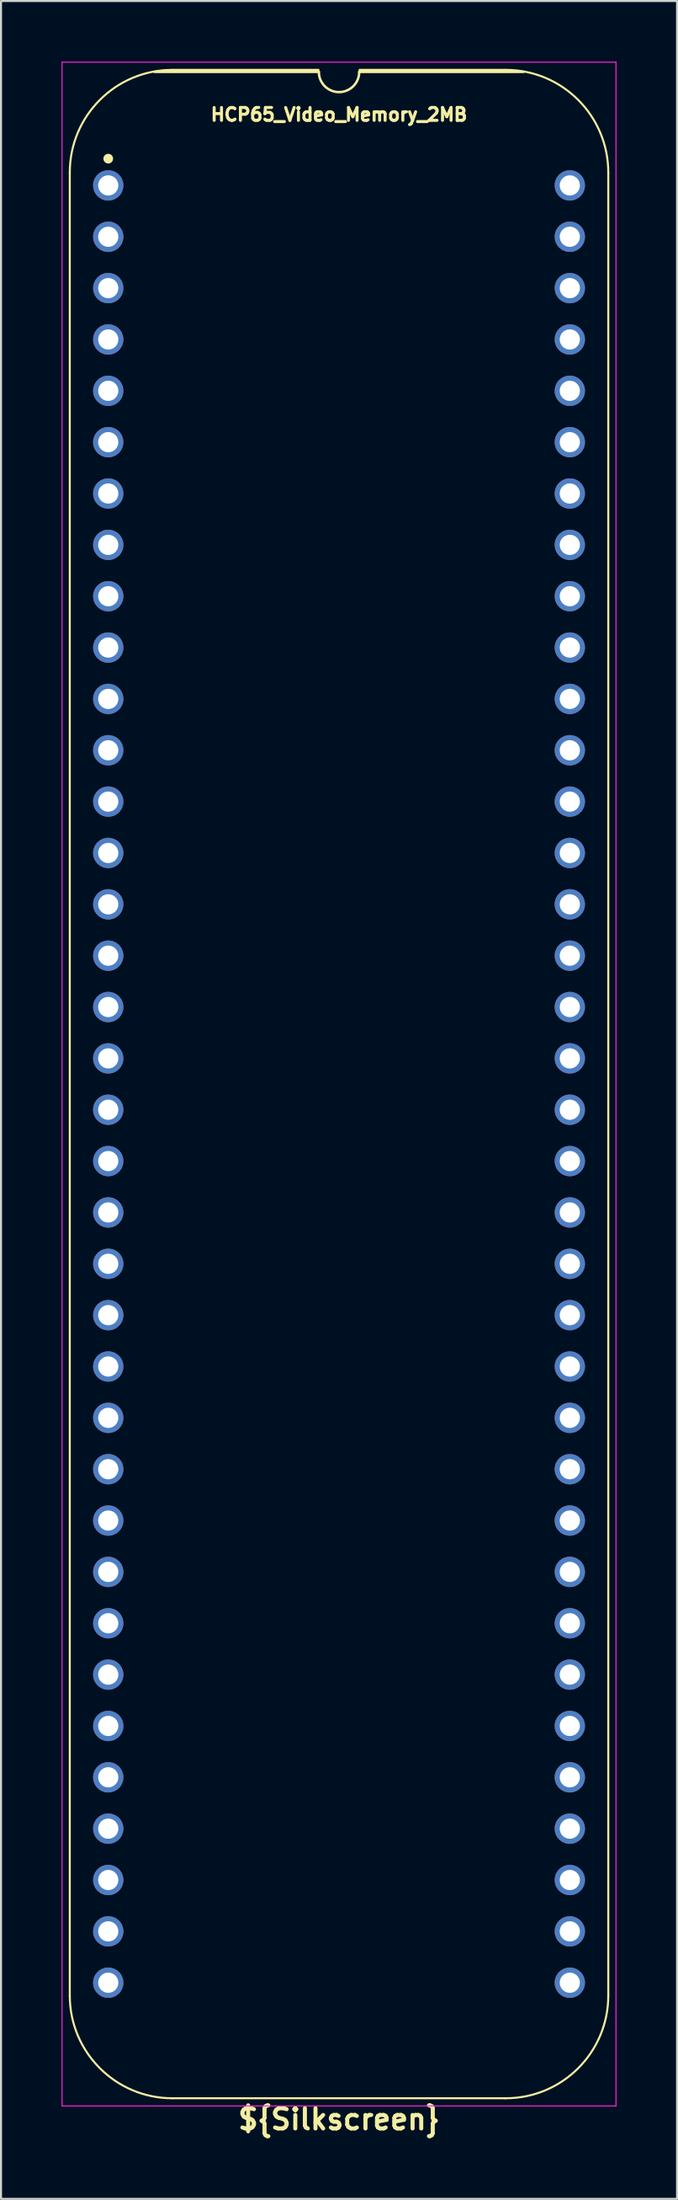
<source format=kicad_pcb>
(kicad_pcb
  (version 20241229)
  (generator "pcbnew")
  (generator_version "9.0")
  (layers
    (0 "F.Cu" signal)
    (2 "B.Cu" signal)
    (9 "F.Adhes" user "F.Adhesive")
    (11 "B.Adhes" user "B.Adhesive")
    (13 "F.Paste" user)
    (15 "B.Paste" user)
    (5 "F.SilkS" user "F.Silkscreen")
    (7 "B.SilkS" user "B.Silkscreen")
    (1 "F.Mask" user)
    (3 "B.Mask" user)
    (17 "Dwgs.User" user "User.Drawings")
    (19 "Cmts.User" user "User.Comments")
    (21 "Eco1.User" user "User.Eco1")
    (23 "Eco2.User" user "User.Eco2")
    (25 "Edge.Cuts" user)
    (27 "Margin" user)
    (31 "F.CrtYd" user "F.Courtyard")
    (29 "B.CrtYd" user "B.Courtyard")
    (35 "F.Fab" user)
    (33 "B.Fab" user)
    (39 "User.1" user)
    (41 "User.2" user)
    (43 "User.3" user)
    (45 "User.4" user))
  (footprint "HCP65_Video_Memory_2MB"
    (layer "F.Cu")
    (at 2.311 6.121)
    (property "Reference" "HCP65_Video_Memory_2MB" (at 11.43 -3.505 0) (layer "F.SilkS") (effects (font (size 0.635 0.635) (thickness 0.15))))
    (property "Silkscreen" "${Silkscreen}" (at 11.43 95.656 0) (layer "F.SilkS") (effects (font (size 1 1) (thickness 0.2))))
    (attr through_hole)
    (fp_line (start -1.905 -0.635) (end -1.905 89.535) (stroke (width 0.1) (type solid)) (layer "F.SilkS"))
    (fp_line (start 10.414 -5.715) (end 3.175 -5.715) (stroke (width 0.1) (type solid)) (layer "F.SilkS"))
    (fp_line (start 10.43 -5.616) (end 2.286 -5.616) (stroke (width 0.12) (type solid)) (layer "F.SilkS"))
    (fp_line (start 19.685 -5.715) (end 12.446 -5.715) (stroke (width 0.1) (type solid)) (layer "F.SilkS"))
    (fp_line (start 19.685 94.615) (end 3.175 94.615) (stroke (width 0.1) (type solid)) (layer "F.SilkS"))
    (fp_line (start 20.574 -5.616) (end 12.43 -5.616) (stroke (width 0.12) (type solid)) (layer "F.SilkS"))
    (fp_line (start 24.765 89.535) (end 24.765 -0.635) (stroke (width 0.1) (type solid)) (layer "F.SilkS"))
    (fp_arc (start -1.905 -0.635) (mid -0.417102 -4.227102) (end 3.175 -5.715) (stroke (width 0.1) (type solid)) (layer "F.SilkS"))
    (fp_arc (start 3.175 94.615) (mid -0.417102 93.127102) (end -1.905 89.535) (stroke (width 0.1) (type solid)) (layer "F.SilkS"))
    (fp_arc (start 12.43 -5.616) (mid 11.43 -4.616) (end 10.43 -5.616) (stroke (width 0.12) (type solid)) (layer "F.SilkS"))
    (fp_arc (start 19.685 -5.715) (mid 23.277102 -4.227102) (end 24.765 -0.635) (stroke (width 0.1) (type solid)) (layer "F.SilkS"))
    (fp_arc (start 24.765 89.535) (mid 23.277102 93.127102) (end 19.685 94.615) (stroke (width 0.1) (type solid)) (layer "F.SilkS"))
    (fp_circle (center 0 -1.323) (end 0.18 -1.323) (stroke (width 0.12) (type solid)) (fill yes) (layer "F.SilkS"))
    (fp_line (start -2.286 -6.096) (end -2.286 94.996) (stroke (width 0.05) (type solid)) (layer "F.CrtYd"))
    (fp_line (start -2.286 -6.096) (end 25.146 -6.096) (stroke (width 0.05) (type solid)) (layer "F.CrtYd"))
    (fp_line (start -2.286 94.996) (end 25.146 94.996) (stroke (width 0.05) (type solid)) (layer "F.CrtYd"))
    (fp_line (start 25.146 94.996) (end 25.146 -6.096) (stroke (width 0.05) (type solid)) (layer "F.CrtYd"))
    (pad "1" thru_hole circle (at 0 0) (size 1.5 1.5) (drill 1) (layers "*.Cu" "*.Mask"))
    (pad "2" thru_hole circle (at 0 2.54) (size 1.5 1.5) (drill 1) (layers "*.Cu" "*.Mask"))
    (pad "3" thru_hole circle (at 0 5.08) (size 1.5 1.5) (drill 1) (layers "*.Cu" "*.Mask"))
    (pad "4" thru_hole circle (at 0 7.62) (size 1.5 1.5) (drill 1) (layers "*.Cu" "*.Mask"))
    (pad "5" thru_hole circle (at 0 10.16) (size 1.5 1.5) (drill 1) (layers "*.Cu" "*.Mask"))
    (pad "6" thru_hole circle (at 0 12.7) (size 1.5 1.5) (drill 1) (layers "*.Cu" "*.Mask"))
    (pad "7" thru_hole circle (at 0 15.24) (size 1.5 1.5) (drill 1) (layers "*.Cu" "*.Mask"))
    (pad "8" thru_hole circle (at 0 17.78) (size 1.5 1.5) (drill 1) (layers "*.Cu" "*.Mask"))
    (pad "9" thru_hole circle (at 0 20.32) (size 1.5 1.5) (drill 1) (layers "*.Cu" "*.Mask"))
    (pad "10" thru_hole circle (at 0 22.86) (size 1.5 1.5) (drill 1) (layers "*.Cu" "*.Mask"))
    (pad "11" thru_hole circle (at 0 25.4) (size 1.5 1.5) (drill 1) (layers "*.Cu" "*.Mask"))
    (pad "12" thru_hole circle (at 0 27.94) (size 1.5 1.5) (drill 1) (layers "*.Cu" "*.Mask"))
    (pad "13" thru_hole circle (at 0 30.48) (size 1.5 1.5) (drill 1) (layers "*.Cu" "*.Mask"))
    (pad "14" thru_hole circle (at 0 33.02) (size 1.5 1.5) (drill 1) (layers "*.Cu" "*.Mask"))
    (pad "15" thru_hole circle (at 0 35.56) (size 1.5 1.5) (drill 1) (layers "*.Cu" "*.Mask"))
    (pad "16" thru_hole circle (at 0 38.1) (size 1.5 1.5) (drill 1) (layers "*.Cu" "*.Mask"))
    (pad "17" thru_hole circle (at 0 40.64) (size 1.5 1.5) (drill 1) (layers "*.Cu" "*.Mask"))
    (pad "18" thru_hole circle (at 0 43.18) (size 1.5 1.5) (drill 1) (layers "*.Cu" "*.Mask"))
    (pad "19" thru_hole circle (at 0 45.72) (size 1.5 1.5) (drill 1) (layers "*.Cu" "*.Mask"))
    (pad "20" thru_hole circle (at 0 48.26) (size 1.5 1.5) (drill 1) (layers "*.Cu" "*.Mask"))
    (pad "21" thru_hole circle (at 0 50.8) (size 1.5 1.5) (drill 1) (layers "*.Cu" "*.Mask"))
    (pad "22" thru_hole circle (at 0 53.34) (size 1.5 1.5) (drill 1) (layers "*.Cu" "*.Mask"))
    (pad "23" thru_hole circle (at 0 55.88) (size 1.5 1.5) (drill 1) (layers "*.Cu" "*.Mask"))
    (pad "24" thru_hole circle (at 0 58.42) (size 1.5 1.5) (drill 1) (layers "*.Cu" "*.Mask"))
    (pad "25" thru_hole circle (at 0 60.96) (size 1.5 1.5) (drill 1) (layers "*.Cu" "*.Mask"))
    (pad "26" thru_hole circle (at 0 63.5) (size 1.5 1.5) (drill 1) (layers "*.Cu" "*.Mask"))
    (pad "27" thru_hole circle (at 0 66.04) (size 1.5 1.5) (drill 1) (layers "*.Cu" "*.Mask"))
    (pad "28" thru_hole circle (at 0 68.58) (size 1.5 1.5) (drill 1) (layers "*.Cu" "*.Mask"))
    (pad "29" thru_hole circle (at 0 71.12) (size 1.5 1.5) (drill 1) (layers "*.Cu" "*.Mask"))
    (pad "30" thru_hole circle (at 0 73.66) (size 1.5 1.5) (drill 1) (layers "*.Cu" "*.Mask"))
    (pad "31" thru_hole circle (at 0 76.2) (size 1.5 1.5) (drill 1) (layers "*.Cu" "*.Mask"))
    (pad "32" thru_hole circle (at 0 78.74) (size 1.5 1.5) (drill 1) (layers "*.Cu" "*.Mask"))
    (pad "33" thru_hole circle (at 0 81.28) (size 1.5 1.5) (drill 1) (layers "*.Cu" "*.Mask"))
    (pad "34" thru_hole circle (at 0 83.82) (size 1.5 1.5) (drill 1) (layers "*.Cu" "*.Mask"))
    (pad "35" thru_hole circle (at 0 86.36) (size 1.5 1.5) (drill 1) (layers "*.Cu" "*.Mask"))
    (pad "36" thru_hole circle (at 0 88.9) (size 1.5 1.5) (drill 1) (layers "*.Cu" "*.Mask"))
    (pad "37" thru_hole circle (at 22.86 88.9) (size 1.5 1.5) (drill 1) (layers "*.Cu" "*.Mask"))
    (pad "38" thru_hole circle (at 22.86 86.36) (size 1.5 1.5) (drill 1) (layers "*.Cu" "*.Mask"))
    (pad "39" thru_hole circle (at 22.86 83.82) (size 1.5 1.5) (drill 1) (layers "*.Cu" "*.Mask"))
    (pad "40" thru_hole circle (at 22.86 81.28) (size 1.5 1.5) (drill 1) (layers "*.Cu" "*.Mask"))
    (pad "41" thru_hole circle (at 22.86 78.74) (size 1.5 1.5) (drill 1) (layers "*.Cu" "*.Mask"))
    (pad "42" thru_hole circle (at 22.86 76.2) (size 1.5 1.5) (drill 1) (layers "*.Cu" "*.Mask"))
    (pad "43" thru_hole circle (at 22.86 73.66) (size 1.5 1.5) (drill 1) (layers "*.Cu" "*.Mask"))
    (pad "44" thru_hole circle (at 22.86 71.12) (size 1.5 1.5) (drill 1) (layers "*.Cu" "*.Mask"))
    (pad "45" thru_hole circle (at 22.86 68.58) (size 1.5 1.5) (drill 1) (layers "*.Cu" "*.Mask"))
    (pad "46" thru_hole circle (at 22.86 66.04) (size 1.5 1.5) (drill 1) (layers "*.Cu" "*.Mask"))
    (pad "47" thru_hole circle (at 22.86 63.5) (size 1.5 1.5) (drill 1) (layers "*.Cu" "*.Mask"))
    (pad "48" thru_hole circle (at 22.86 60.96) (size 1.5 1.5) (drill 1) (layers "*.Cu" "*.Mask"))
    (pad "49" thru_hole circle (at 22.86 58.42) (size 1.5 1.5) (drill 1) (layers "*.Cu" "*.Mask"))
    (pad "50" thru_hole circle (at 22.86 55.88) (size 1.5 1.5) (drill 1) (layers "*.Cu" "*.Mask"))
    (pad "51" thru_hole circle (at 22.86 53.34) (size 1.5 1.5) (drill 1) (layers "*.Cu" "*.Mask"))
    (pad "52" thru_hole circle (at 22.86 50.8) (size 1.5 1.5) (drill 1) (layers "*.Cu" "*.Mask"))
    (pad "53" thru_hole circle (at 22.86 48.26) (size 1.5 1.5) (drill 1) (layers "*.Cu" "*.Mask"))
    (pad "54" thru_hole circle (at 22.86 45.72) (size 1.5 1.5) (drill 1) (layers "*.Cu" "*.Mask"))
    (pad "55" thru_hole circle (at 22.86 43.18) (size 1.5 1.5) (drill 1) (layers "*.Cu" "*.Mask"))
    (pad "56" thru_hole circle (at 22.86 40.64) (size 1.5 1.5) (drill 1) (layers "*.Cu" "*.Mask"))
    (pad "57" thru_hole circle (at 22.86 38.1) (size 1.5 1.5) (drill 1) (layers "*.Cu" "*.Mask"))
    (pad "58" thru_hole circle (at 22.86 35.56) (size 1.5 1.5) (drill 1) (layers "*.Cu" "*.Mask"))
    (pad "59" thru_hole circle (at 22.86 33.02) (size 1.5 1.5) (drill 1) (layers "*.Cu" "*.Mask"))
    (pad "60" thru_hole circle (at 22.86 30.48) (size 1.5 1.5) (drill 1) (layers "*.Cu" "*.Mask"))
    (pad "61" thru_hole circle (at 22.86 27.94) (size 1.5 1.5) (drill 1) (layers "*.Cu" "*.Mask"))
    (pad "62" thru_hole circle (at 22.86 25.4) (size 1.5 1.5) (drill 1) (layers "*.Cu" "*.Mask"))
    (pad "63" thru_hole circle (at 22.86 22.86) (size 1.5 1.5) (drill 1) (layers "*.Cu" "*.Mask"))
    (pad "64" thru_hole circle (at 22.86 20.32) (size 1.5 1.5) (drill 1) (layers "*.Cu" "*.Mask"))
    (pad "65" thru_hole circle (at 22.86 17.78) (size 1.5 1.5) (drill 1) (layers "*.Cu" "*.Mask"))
    (pad "66" thru_hole circle (at 22.86 15.24) (size 1.5 1.5) (drill 1) (layers "*.Cu" "*.Mask"))
    (pad "67" thru_hole circle (at 22.86 12.7) (size 1.5 1.5) (drill 1) (layers "*.Cu" "*.Mask"))
    (pad "68" thru_hole circle (at 22.86 10.16) (size 1.5 1.5) (drill 1) (layers "*.Cu" "*.Mask"))
    (pad "69" thru_hole circle (at 22.86 7.62) (size 1.5 1.5) (drill 1) (layers "*.Cu" "*.Mask"))
    (pad "70" thru_hole circle (at 22.86 5.08) (size 1.5 1.5) (drill 1) (layers "*.Cu" "*.Mask"))
    (pad "71" thru_hole circle (at 22.86 2.54) (size 1.5 1.5) (drill 1) (layers "*.Cu" "*.Mask"))
    (pad "72" thru_hole circle (at 22.86 0) (size 1.5 1.5) (drill 1) (layers "*.Cu" "*.Mask")))
  (gr_rect
    (start -3 -3)
    (end 30.482 105.713)
    (stroke (width 0.1) (type default))
    (fill no)
    (layer "Edge.Cuts")))
</source>
